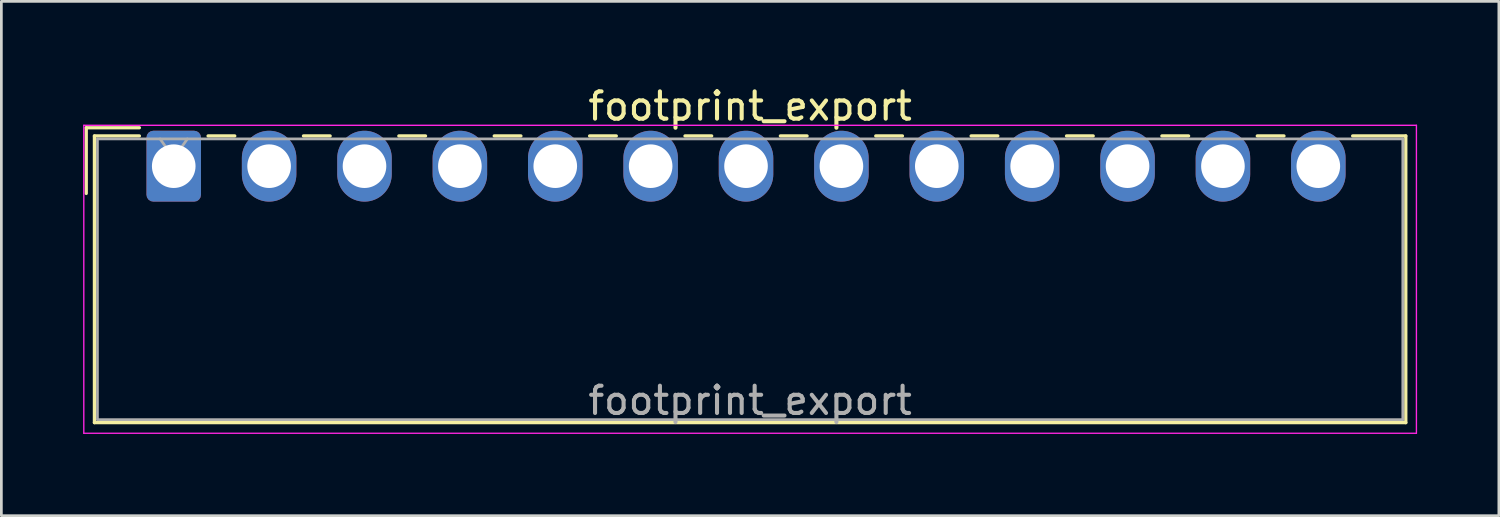
<source format=kicad_pcb>
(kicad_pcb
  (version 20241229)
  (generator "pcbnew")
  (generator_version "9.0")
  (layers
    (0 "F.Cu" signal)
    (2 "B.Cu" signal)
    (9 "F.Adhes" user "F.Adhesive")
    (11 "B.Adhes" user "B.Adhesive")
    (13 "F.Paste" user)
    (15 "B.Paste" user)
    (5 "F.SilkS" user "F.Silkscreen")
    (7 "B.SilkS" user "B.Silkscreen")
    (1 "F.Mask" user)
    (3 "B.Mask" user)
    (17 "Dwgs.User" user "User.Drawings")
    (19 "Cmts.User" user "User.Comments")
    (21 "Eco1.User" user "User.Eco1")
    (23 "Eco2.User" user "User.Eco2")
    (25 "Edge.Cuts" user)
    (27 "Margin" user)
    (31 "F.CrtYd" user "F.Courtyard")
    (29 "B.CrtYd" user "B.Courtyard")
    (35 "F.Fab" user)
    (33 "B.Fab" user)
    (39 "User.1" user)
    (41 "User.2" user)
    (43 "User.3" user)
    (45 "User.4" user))
  (footprint "footprint_export"
    (layer "F.Cu")
    (at 3.325 3.048)
    (property "Reference" "footprint_export" (at 21.15 -2.2 0) (layer "F.SilkS") (effects (font (size 1 1) (thickness 0.15))))
    (attr through_hole)
    (fp_line (start -3.21 -1.41) (end -1.26 -1.41) (stroke (width 0.12) (type solid)) (layer "F.SilkS"))
    (fp_line (start -3.21 1) (end -3.21 -1.41) (stroke (width 0.12) (type solid)) (layer "F.SilkS"))
    (fp_line (start -2.91 -1.11) (end -2.91 9.41) (stroke (width 0.12) (type solid)) (layer "F.SilkS"))
    (fp_line (start -2.91 9.41) (end 45.21 9.41) (stroke (width 0.12) (type solid)) (layer "F.SilkS"))
    (fp_line (start -1.26 -1.11) (end -2.91 -1.11) (stroke (width 0.12) (type solid)) (layer "F.SilkS"))
    (fp_line (start 1.26 -1.11) (end 2.24 -1.11) (stroke (width 0.12) (type solid)) (layer "F.SilkS"))
    (fp_line (start 4.76 -1.11) (end 5.74 -1.11) (stroke (width 0.12) (type solid)) (layer "F.SilkS"))
    (fp_line (start 8.26 -1.11) (end 9.24 -1.11) (stroke (width 0.12) (type solid)) (layer "F.SilkS"))
    (fp_line (start 11.76 -1.11) (end 12.74 -1.11) (stroke (width 0.12) (type solid)) (layer "F.SilkS"))
    (fp_line (start 15.26 -1.11) (end 16.24 -1.11) (stroke (width 0.12) (type solid)) (layer "F.SilkS"))
    (fp_line (start 18.76 -1.11) (end 19.74 -1.11) (stroke (width 0.12) (type solid)) (layer "F.SilkS"))
    (fp_line (start 22.26 -1.11) (end 23.24 -1.11) (stroke (width 0.12) (type solid)) (layer "F.SilkS"))
    (fp_line (start 25.76 -1.11) (end 26.74 -1.11) (stroke (width 0.12) (type solid)) (layer "F.SilkS"))
    (fp_line (start 29.26 -1.11) (end 30.24 -1.11) (stroke (width 0.12) (type solid)) (layer "F.SilkS"))
    (fp_line (start 32.76 -1.11) (end 33.74 -1.11) (stroke (width 0.12) (type solid)) (layer "F.SilkS"))
    (fp_line (start 36.26 -1.11) (end 37.24 -1.11) (stroke (width 0.12) (type solid)) (layer "F.SilkS"))
    (fp_line (start 39.76 -1.11) (end 40.74 -1.11) (stroke (width 0.12) (type solid)) (layer "F.SilkS"))
    (fp_line (start 45.21 -1.11) (end 43.26 -1.11) (stroke (width 0.12) (type solid)) (layer "F.SilkS"))
    (fp_line (start 45.21 9.41) (end 45.21 -1.11) (stroke (width 0.12) (type solid)) (layer "F.SilkS"))
    (fp_line (start -3.3 -1.5) (end -3.3 9.8) (stroke (width 0.05) (type solid)) (layer "F.CrtYd"))
    (fp_line (start -3.3 9.8) (end 45.6 9.8) (stroke (width 0.05) (type solid)) (layer "F.CrtYd"))
    (fp_line (start 45.6 -1.5) (end -3.3 -1.5) (stroke (width 0.05) (type solid)) (layer "F.CrtYd"))
    (fp_line (start 45.6 9.8) (end 45.6 -1.5) (stroke (width 0.05) (type solid)) (layer "F.CrtYd"))
    (fp_line (start -2.8 -1) (end -2.8 9.3) (stroke (width 0.1) (type solid)) (layer "F.Fab"))
    (fp_line (start -2.8 9.3) (end 45.1 9.3) (stroke (width 0.1) (type solid)) (layer "F.Fab"))
    (fp_line (start -0.5 -1) (end 0 -0.293) (stroke (width 0.1) (type solid)) (layer "F.Fab"))
    (fp_line (start 0 -0.293) (end 0.5 -1) (stroke (width 0.1) (type solid)) (layer "F.Fab"))
    (fp_line (start 45.1 -1) (end -2.8 -1) (stroke (width 0.1) (type solid)) (layer "F.Fab"))
    (fp_line (start 45.1 9.3) (end 45.1 -1) (stroke (width 0.1) (type solid)) (layer "F.Fab"))
    (fp_text user "${REFERENCE}" (at 21.15 8.6 0) (layer "F.Fab") (effects (font (size 1 1) (thickness 0.15))))
    (pad "1" thru_hole roundrect (at 0 0) (size 2 2.6) (drill 1.6) (layers "*.Cu" "*.Mask") (roundrect_rratio 0.125))
    (pad "2" thru_hole oval (at 3.5 0) (size 2 2.6) (drill 1.6) (layers "*.Cu" "*.Mask"))
    (pad "3" thru_hole oval (at 7 0) (size 2 2.6) (drill 1.6) (layers "*.Cu" "*.Mask"))
    (pad "4" thru_hole oval (at 10.5 0) (size 2 2.6) (drill 1.6) (layers "*.Cu" "*.Mask"))
    (pad "5" thru_hole oval (at 14 0) (size 2 2.6) (drill 1.6) (layers "*.Cu" "*.Mask"))
    (pad "6" thru_hole oval (at 17.5 0) (size 2 2.6) (drill 1.6) (layers "*.Cu" "*.Mask"))
    (pad "7" thru_hole oval (at 21 0) (size 2 2.6) (drill 1.6) (layers "*.Cu" "*.Mask"))
    (pad "8" thru_hole oval (at 24.5 0) (size 2 2.6) (drill 1.6) (layers "*.Cu" "*.Mask"))
    (pad "9" thru_hole oval (at 28 0) (size 2 2.6) (drill 1.6) (layers "*.Cu" "*.Mask"))
    (pad "10" thru_hole oval (at 31.5 0) (size 2 2.6) (drill 1.6) (layers "*.Cu" "*.Mask"))
    (pad "11" thru_hole oval (at 35 0) (size 2 2.6) (drill 1.6) (layers "*.Cu" "*.Mask"))
    (pad "12" thru_hole oval (at 38.5 0) (size 2 2.6) (drill 1.6) (layers "*.Cu" "*.Mask"))
    (pad "13" thru_hole oval (at 42 0) (size 2 2.6) (drill 1.6) (layers "*.Cu" "*.Mask")))
  (gr_rect
    (start -3 -3)
    (end 51.95 15.873)
    (stroke (width 0.1) (type default))
    (fill no)
    (layer "Edge.Cuts")))
</source>
